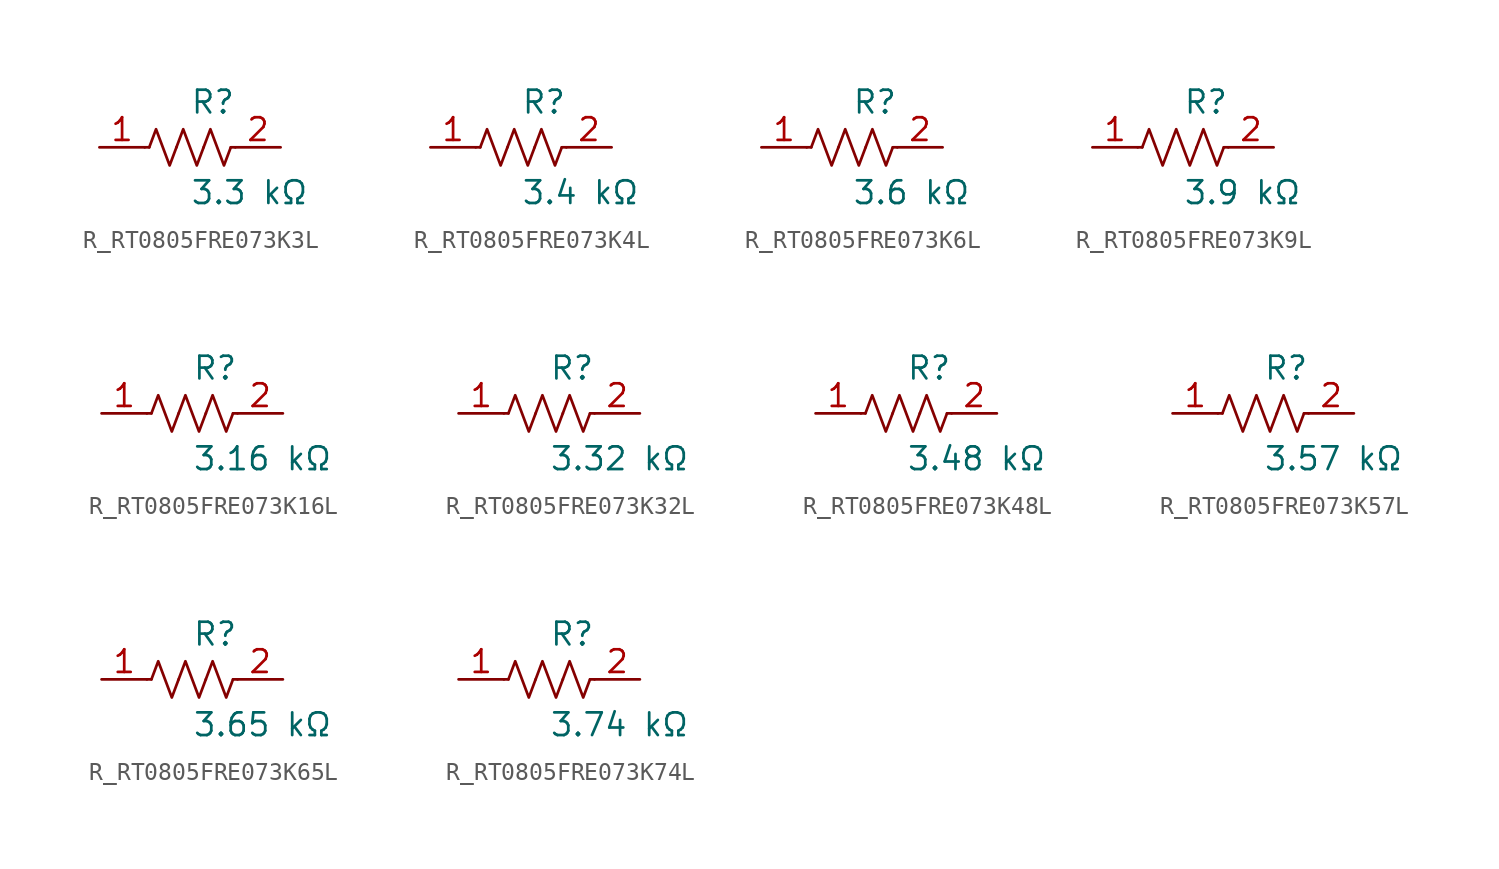
<source format=kicad_sym>
(kicad_symbol_lib
  (version 20231120)
  (generator kicad_symbol_editor)
  (generator_version 8.0)
  (symbol "R_RT0805FRE073K3L"
    (pin_names
      (offset 0.254))
    (property "Reference" "R"
      (at 0.0 2.54 0)
      (effects (font (size 1.27 1.27)) (justify left)))
    (property "Value" "3.3 kΩ"
      (at 0.0 -2.54 0)
      (effects (font (size 1.27 1.27)) (justify left)))
    (symbol "R_RT0805FRE073K3L_0_1"
      (polyline (pts (xy 2.286 0) (xy 2.54 0)) (stroke (width 0) (type default)) (fill (type none)))
      (polyline (pts (xy -2.286 0) (xy -2.54 0)) (stroke (width 0) (type default)) (fill (type none)))
      (polyline (pts (xy 0.762 0) (xy 1.143 1.016) (xy 1.524 0) (xy 1.905 -1.016) (xy 2.286 0)) (stroke (width 0) (type default)) (fill (type none)))
      (polyline (pts (xy -0.762 0) (xy -0.381 1.016) (xy 0 0) (xy 0.381 -1.016) (xy 0.762 0)) (stroke (width 0) (type default)) (fill (type none)))
      (polyline (pts (xy -2.286 0) (xy -1.905 1.016) (xy -1.524 0) (xy -1.143 -1.016) (xy -0.762 0)) (stroke (width 0) (type default)) (fill (type none))))
    (pin unspecified line
      (at -5.08 0 0)
      (length 2.54)
      (name "" (effects (font (size 1.27 1.27))))
      (number "1" (effects (font (size 1.27 1.27)))))
    (pin unspecified line
      (at 5.08 0 180)
      (length 2.54)
      (name "" (effects (font (size 1.27 1.27))))
      (number "2" (effects (font (size 1.27 1.27))))))
  (symbol "R_RT0805FRE073K4L"
    (pin_names
      (offset 0.254))
    (property "Reference" "R"
      (at 0.0 2.54 0)
      (effects (font (size 1.27 1.27)) (justify left)))
    (property "Value" "3.4 kΩ"
      (at 0.0 -2.54 0)
      (effects (font (size 1.27 1.27)) (justify left)))
    (symbol "R_RT0805FRE073K4L_0_1"
      (polyline (pts (xy 2.286 0) (xy 2.54 0)) (stroke (width 0) (type default)) (fill (type none)))
      (polyline (pts (xy -2.286 0) (xy -2.54 0)) (stroke (width 0) (type default)) (fill (type none)))
      (polyline (pts (xy 0.762 0) (xy 1.143 1.016) (xy 1.524 0) (xy 1.905 -1.016) (xy 2.286 0)) (stroke (width 0) (type default)) (fill (type none)))
      (polyline (pts (xy -0.762 0) (xy -0.381 1.016) (xy 0 0) (xy 0.381 -1.016) (xy 0.762 0)) (stroke (width 0) (type default)) (fill (type none)))
      (polyline (pts (xy -2.286 0) (xy -1.905 1.016) (xy -1.524 0) (xy -1.143 -1.016) (xy -0.762 0)) (stroke (width 0) (type default)) (fill (type none))))
    (pin unspecified line
      (at -5.08 0 0)
      (length 2.54)
      (name "" (effects (font (size 1.27 1.27))))
      (number "1" (effects (font (size 1.27 1.27)))))
    (pin unspecified line
      (at 5.08 0 180)
      (length 2.54)
      (name "" (effects (font (size 1.27 1.27))))
      (number "2" (effects (font (size 1.27 1.27))))))
  (symbol "R_RT0805FRE073K6L"
    (pin_names
      (offset 0.254))
    (property "Reference" "R"
      (at 0.0 2.54 0)
      (effects (font (size 1.27 1.27)) (justify left)))
    (property "Value" "3.6 kΩ"
      (at 0.0 -2.54 0)
      (effects (font (size 1.27 1.27)) (justify left)))
    (symbol "R_RT0805FRE073K6L_0_1"
      (polyline (pts (xy 2.286 0) (xy 2.54 0)) (stroke (width 0) (type default)) (fill (type none)))
      (polyline (pts (xy -2.286 0) (xy -2.54 0)) (stroke (width 0) (type default)) (fill (type none)))
      (polyline (pts (xy 0.762 0) (xy 1.143 1.016) (xy 1.524 0) (xy 1.905 -1.016) (xy 2.286 0)) (stroke (width 0) (type default)) (fill (type none)))
      (polyline (pts (xy -0.762 0) (xy -0.381 1.016) (xy 0 0) (xy 0.381 -1.016) (xy 0.762 0)) (stroke (width 0) (type default)) (fill (type none)))
      (polyline (pts (xy -2.286 0) (xy -1.905 1.016) (xy -1.524 0) (xy -1.143 -1.016) (xy -0.762 0)) (stroke (width 0) (type default)) (fill (type none))))
    (pin unspecified line
      (at -5.08 0 0)
      (length 2.54)
      (name "" (effects (font (size 1.27 1.27))))
      (number "1" (effects (font (size 1.27 1.27)))))
    (pin unspecified line
      (at 5.08 0 180)
      (length 2.54)
      (name "" (effects (font (size 1.27 1.27))))
      (number "2" (effects (font (size 1.27 1.27))))))
  (symbol "R_RT0805FRE073K9L"
    (pin_names
      (offset 0.254))
    (property "Reference" "R"
      (at 0.0 2.54 0)
      (effects (font (size 1.27 1.27)) (justify left)))
    (property "Value" "3.9 kΩ"
      (at 0.0 -2.54 0)
      (effects (font (size 1.27 1.27)) (justify left)))
    (symbol "R_RT0805FRE073K9L_0_1"
      (polyline (pts (xy 2.286 0) (xy 2.54 0)) (stroke (width 0) (type default)) (fill (type none)))
      (polyline (pts (xy -2.286 0) (xy -2.54 0)) (stroke (width 0) (type default)) (fill (type none)))
      (polyline (pts (xy 0.762 0) (xy 1.143 1.016) (xy 1.524 0) (xy 1.905 -1.016) (xy 2.286 0)) (stroke (width 0) (type default)) (fill (type none)))
      (polyline (pts (xy -0.762 0) (xy -0.381 1.016) (xy 0 0) (xy 0.381 -1.016) (xy 0.762 0)) (stroke (width 0) (type default)) (fill (type none)))
      (polyline (pts (xy -2.286 0) (xy -1.905 1.016) (xy -1.524 0) (xy -1.143 -1.016) (xy -0.762 0)) (stroke (width 0) (type default)) (fill (type none))))
    (pin unspecified line
      (at -5.08 0 0)
      (length 2.54)
      (name "" (effects (font (size 1.27 1.27))))
      (number "1" (effects (font (size 1.27 1.27)))))
    (pin unspecified line
      (at 5.08 0 180)
      (length 2.54)
      (name "" (effects (font (size 1.27 1.27))))
      (number "2" (effects (font (size 1.27 1.27))))))
  (symbol "R_RT0805FRE073K16L"
    (pin_names
      (offset 0.254))
    (property "Reference" "R"
      (at 0.0 2.54 0)
      (effects (font (size 1.27 1.27)) (justify left)))
    (property "Value" "3.16 kΩ"
      (at 0.0 -2.54 0)
      (effects (font (size 1.27 1.27)) (justify left)))
    (symbol "R_RT0805FRE073K16L_0_1"
      (polyline (pts (xy 2.286 0) (xy 2.54 0)) (stroke (width 0) (type default)) (fill (type none)))
      (polyline (pts (xy -2.286 0) (xy -2.54 0)) (stroke (width 0) (type default)) (fill (type none)))
      (polyline (pts (xy 0.762 0) (xy 1.143 1.016) (xy 1.524 0) (xy 1.905 -1.016) (xy 2.286 0)) (stroke (width 0) (type default)) (fill (type none)))
      (polyline (pts (xy -0.762 0) (xy -0.381 1.016) (xy 0 0) (xy 0.381 -1.016) (xy 0.762 0)) (stroke (width 0) (type default)) (fill (type none)))
      (polyline (pts (xy -2.286 0) (xy -1.905 1.016) (xy -1.524 0) (xy -1.143 -1.016) (xy -0.762 0)) (stroke (width 0) (type default)) (fill (type none))))
    (pin unspecified line
      (at -5.08 0 0)
      (length 2.54)
      (name "" (effects (font (size 1.27 1.27))))
      (number "1" (effects (font (size 1.27 1.27)))))
    (pin unspecified line
      (at 5.08 0 180)
      (length 2.54)
      (name "" (effects (font (size 1.27 1.27))))
      (number "2" (effects (font (size 1.27 1.27))))))
  (symbol "R_RT0805FRE073K32L"
    (pin_names
      (offset 0.254))
    (property "Reference" "R"
      (at 0.0 2.54 0)
      (effects (font (size 1.27 1.27)) (justify left)))
    (property "Value" "3.32 kΩ"
      (at 0.0 -2.54 0)
      (effects (font (size 1.27 1.27)) (justify left)))
    (symbol "R_RT0805FRE073K32L_0_1"
      (polyline (pts (xy 2.286 0) (xy 2.54 0)) (stroke (width 0) (type default)) (fill (type none)))
      (polyline (pts (xy -2.286 0) (xy -2.54 0)) (stroke (width 0) (type default)) (fill (type none)))
      (polyline (pts (xy 0.762 0) (xy 1.143 1.016) (xy 1.524 0) (xy 1.905 -1.016) (xy 2.286 0)) (stroke (width 0) (type default)) (fill (type none)))
      (polyline (pts (xy -0.762 0) (xy -0.381 1.016) (xy 0 0) (xy 0.381 -1.016) (xy 0.762 0)) (stroke (width 0) (type default)) (fill (type none)))
      (polyline (pts (xy -2.286 0) (xy -1.905 1.016) (xy -1.524 0) (xy -1.143 -1.016) (xy -0.762 0)) (stroke (width 0) (type default)) (fill (type none))))
    (pin unspecified line
      (at -5.08 0 0)
      (length 2.54)
      (name "" (effects (font (size 1.27 1.27))))
      (number "1" (effects (font (size 1.27 1.27)))))
    (pin unspecified line
      (at 5.08 0 180)
      (length 2.54)
      (name "" (effects (font (size 1.27 1.27))))
      (number "2" (effects (font (size 1.27 1.27))))))
  (symbol "R_RT0805FRE073K48L"
    (pin_names
      (offset 0.254))
    (property "Reference" "R"
      (at 0.0 2.54 0)
      (effects (font (size 1.27 1.27)) (justify left)))
    (property "Value" "3.48 kΩ"
      (at 0.0 -2.54 0)
      (effects (font (size 1.27 1.27)) (justify left)))
    (symbol "R_RT0805FRE073K48L_0_1"
      (polyline (pts (xy 2.286 0) (xy 2.54 0)) (stroke (width 0) (type default)) (fill (type none)))
      (polyline (pts (xy -2.286 0) (xy -2.54 0)) (stroke (width 0) (type default)) (fill (type none)))
      (polyline (pts (xy 0.762 0) (xy 1.143 1.016) (xy 1.524 0) (xy 1.905 -1.016) (xy 2.286 0)) (stroke (width 0) (type default)) (fill (type none)))
      (polyline (pts (xy -0.762 0) (xy -0.381 1.016) (xy 0 0) (xy 0.381 -1.016) (xy 0.762 0)) (stroke (width 0) (type default)) (fill (type none)))
      (polyline (pts (xy -2.286 0) (xy -1.905 1.016) (xy -1.524 0) (xy -1.143 -1.016) (xy -0.762 0)) (stroke (width 0) (type default)) (fill (type none))))
    (pin unspecified line
      (at -5.08 0 0)
      (length 2.54)
      (name "" (effects (font (size 1.27 1.27))))
      (number "1" (effects (font (size 1.27 1.27)))))
    (pin unspecified line
      (at 5.08 0 180)
      (length 2.54)
      (name "" (effects (font (size 1.27 1.27))))
      (number "2" (effects (font (size 1.27 1.27))))))
  (symbol "R_RT0805FRE073K57L"
    (pin_names
      (offset 0.254))
    (property "Reference" "R"
      (at 0.0 2.54 0)
      (effects (font (size 1.27 1.27)) (justify left)))
    (property "Value" "3.57 kΩ"
      (at 0.0 -2.54 0)
      (effects (font (size 1.27 1.27)) (justify left)))
    (symbol "R_RT0805FRE073K57L_0_1"
      (polyline (pts (xy 2.286 0) (xy 2.54 0)) (stroke (width 0) (type default)) (fill (type none)))
      (polyline (pts (xy -2.286 0) (xy -2.54 0)) (stroke (width 0) (type default)) (fill (type none)))
      (polyline (pts (xy 0.762 0) (xy 1.143 1.016) (xy 1.524 0) (xy 1.905 -1.016) (xy 2.286 0)) (stroke (width 0) (type default)) (fill (type none)))
      (polyline (pts (xy -0.762 0) (xy -0.381 1.016) (xy 0 0) (xy 0.381 -1.016) (xy 0.762 0)) (stroke (width 0) (type default)) (fill (type none)))
      (polyline (pts (xy -2.286 0) (xy -1.905 1.016) (xy -1.524 0) (xy -1.143 -1.016) (xy -0.762 0)) (stroke (width 0) (type default)) (fill (type none))))
    (pin unspecified line
      (at -5.08 0 0)
      (length 2.54)
      (name "" (effects (font (size 1.27 1.27))))
      (number "1" (effects (font (size 1.27 1.27)))))
    (pin unspecified line
      (at 5.08 0 180)
      (length 2.54)
      (name "" (effects (font (size 1.27 1.27))))
      (number "2" (effects (font (size 1.27 1.27))))))
  (symbol "R_RT0805FRE073K65L"
    (pin_names
      (offset 0.254))
    (property "Reference" "R"
      (at 0.0 2.54 0)
      (effects (font (size 1.27 1.27)) (justify left)))
    (property "Value" "3.65 kΩ"
      (at 0.0 -2.54 0)
      (effects (font (size 1.27 1.27)) (justify left)))
    (symbol "R_RT0805FRE073K65L_0_1"
      (polyline (pts (xy 2.286 0) (xy 2.54 0)) (stroke (width 0) (type default)) (fill (type none)))
      (polyline (pts (xy -2.286 0) (xy -2.54 0)) (stroke (width 0) (type default)) (fill (type none)))
      (polyline (pts (xy 0.762 0) (xy 1.143 1.016) (xy 1.524 0) (xy 1.905 -1.016) (xy 2.286 0)) (stroke (width 0) (type default)) (fill (type none)))
      (polyline (pts (xy -0.762 0) (xy -0.381 1.016) (xy 0 0) (xy 0.381 -1.016) (xy 0.762 0)) (stroke (width 0) (type default)) (fill (type none)))
      (polyline (pts (xy -2.286 0) (xy -1.905 1.016) (xy -1.524 0) (xy -1.143 -1.016) (xy -0.762 0)) (stroke (width 0) (type default)) (fill (type none))))
    (pin unspecified line
      (at -5.08 0 0)
      (length 2.54)
      (name "" (effects (font (size 1.27 1.27))))
      (number "1" (effects (font (size 1.27 1.27)))))
    (pin unspecified line
      (at 5.08 0 180)
      (length 2.54)
      (name "" (effects (font (size 1.27 1.27))))
      (number "2" (effects (font (size 1.27 1.27))))))
  (symbol "R_RT0805FRE073K74L"
    (pin_names
      (offset 0.254))
    (property "Reference" "R"
      (at 0.0 2.54 0)
      (effects (font (size 1.27 1.27)) (justify left)))
    (property "Value" "3.74 kΩ"
      (at 0.0 -2.54 0)
      (effects (font (size 1.27 1.27)) (justify left)))
    (symbol "R_RT0805FRE073K74L_0_1"
      (polyline (pts (xy 2.286 0) (xy 2.54 0)) (stroke (width 0) (type default)) (fill (type none)))
      (polyline (pts (xy -2.286 0) (xy -2.54 0)) (stroke (width 0) (type default)) (fill (type none)))
      (polyline (pts (xy 0.762 0) (xy 1.143 1.016) (xy 1.524 0) (xy 1.905 -1.016) (xy 2.286 0)) (stroke (width 0) (type default)) (fill (type none)))
      (polyline (pts (xy -0.762 0) (xy -0.381 1.016) (xy 0 0) (xy 0.381 -1.016) (xy 0.762 0)) (stroke (width 0) (type default)) (fill (type none)))
      (polyline (pts (xy -2.286 0) (xy -1.905 1.016) (xy -1.524 0) (xy -1.143 -1.016) (xy -0.762 0)) (stroke (width 0) (type default)) (fill (type none))))
    (pin unspecified line
      (at -5.08 0 0)
      (length 2.54)
      (name "" (effects (font (size 1.27 1.27))))
      (number "1" (effects (font (size 1.27 1.27)))))
    (pin unspecified line
      (at 5.08 0 180)
      (length 2.54)
      (name "" (effects (font (size 1.27 1.27))))
      (number "2" (effects (font (size 1.27 1.27)))))))
</source>
